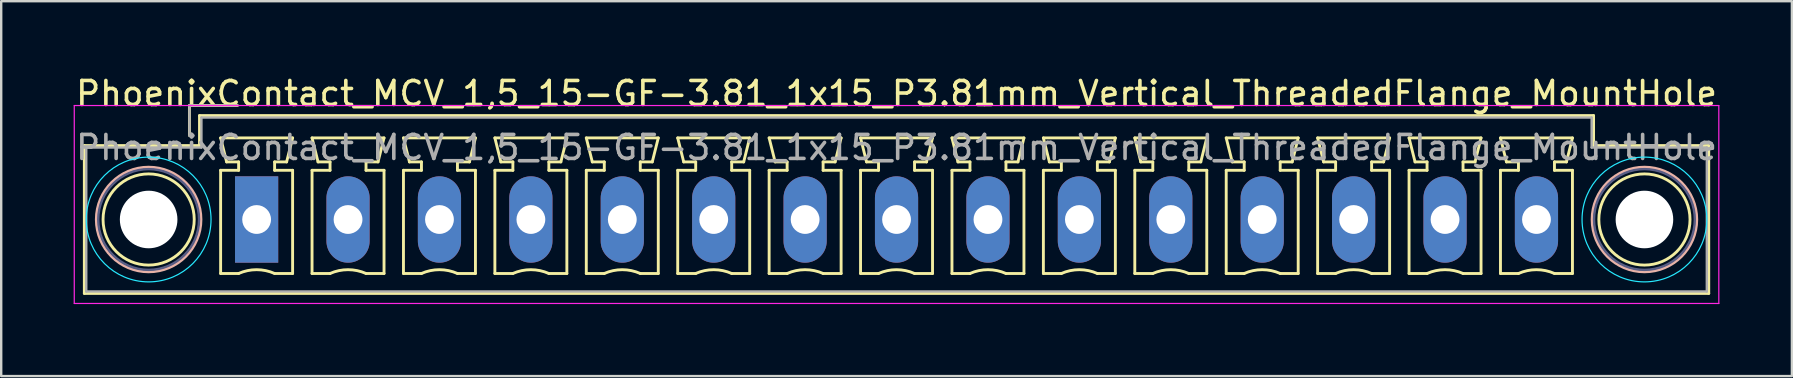
<source format=kicad_pcb>
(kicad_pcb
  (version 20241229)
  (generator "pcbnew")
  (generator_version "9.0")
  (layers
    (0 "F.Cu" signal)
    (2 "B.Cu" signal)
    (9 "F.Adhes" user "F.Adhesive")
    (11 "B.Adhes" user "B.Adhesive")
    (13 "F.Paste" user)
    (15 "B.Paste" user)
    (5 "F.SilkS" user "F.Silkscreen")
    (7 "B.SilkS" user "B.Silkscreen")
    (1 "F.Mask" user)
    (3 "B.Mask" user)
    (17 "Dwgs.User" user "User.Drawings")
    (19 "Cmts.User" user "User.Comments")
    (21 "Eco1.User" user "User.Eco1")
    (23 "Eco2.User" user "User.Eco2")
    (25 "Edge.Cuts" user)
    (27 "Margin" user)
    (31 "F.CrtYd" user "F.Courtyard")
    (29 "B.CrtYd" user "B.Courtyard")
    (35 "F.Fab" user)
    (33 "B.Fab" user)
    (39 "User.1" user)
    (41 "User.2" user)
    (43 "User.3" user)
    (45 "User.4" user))
  (footprint "PhoenixContact_MCV_1,5_15-GF-3.81_1x15_P3.81mm_Vertical_ThreadedFlange_MountHole"
    (layer "F.Cu")
    (at 7.645 6.098)
    (property "Reference" "PhoenixContact_MCV_1,5_15-GF-3.81_1x15_P3.81mm_Vertical_ThreadedFlange_MountHole" (at 26.67 -5.25 0) (layer "F.SilkS") (effects (font (size 1 1) (thickness 0.15))))
    (attr through_hole)
    (fp_line (start -7.18 -3.08) (end -7.18 3.08) (stroke (width 0.12) (type solid)) (layer "F.SilkS"))
    (fp_line (start -7.18 3.08) (end 60.52 3.08) (stroke (width 0.12) (type solid)) (layer "F.SilkS"))
    (fp_line (start -2.8 -4.75) (end -0.8 -4.75) (stroke (width 0.12) (type solid)) (layer "F.SilkS"))
    (fp_line (start -2.8 -3.5) (end -2.8 -4.75) (stroke (width 0.12) (type solid)) (layer "F.SilkS"))
    (fp_line (start -2.38 -4.33) (end -2.38 -3.08) (stroke (width 0.12) (type solid)) (layer "F.SilkS"))
    (fp_line (start -2.38 -3.08) (end -7.18 -3.08) (stroke (width 0.12) (type solid)) (layer "F.SilkS"))
    (fp_line (start -1.5 -3.4) (end 1.5 -3.4) (stroke (width 0.12) (type solid)) (layer "F.SilkS"))
    (fp_line (start -1.5 -2.05) (end -0.75 -2.05) (stroke (width 0.12) (type solid)) (layer "F.SilkS"))
    (fp_line (start -1.5 2.25) (end -1.5 -2.05) (stroke (width 0.12) (type solid)) (layer "F.SilkS"))
    (fp_line (start -1.25 -2.4) (end -1.5 -3.4) (stroke (width 0.12) (type solid)) (layer "F.SilkS"))
    (fp_line (start -0.75 -2.4) (end -1.25 -2.4) (stroke (width 0.12) (type solid)) (layer "F.SilkS"))
    (fp_line (start -0.75 -2.05) (end -0.75 -2.4) (stroke (width 0.12) (type solid)) (layer "F.SilkS"))
    (fp_line (start -0.75 2.25) (end -1.5 2.25) (stroke (width 0.12) (type solid)) (layer "F.SilkS"))
    (fp_line (start 0.75 -2.4) (end 0.75 -2.05) (stroke (width 0.12) (type solid)) (layer "F.SilkS"))
    (fp_line (start 0.75 -2.05) (end 1.5 -2.05) (stroke (width 0.12) (type solid)) (layer "F.SilkS"))
    (fp_line (start 1.25 -2.4) (end 0.75 -2.4) (stroke (width 0.12) (type solid)) (layer "F.SilkS"))
    (fp_line (start 1.5 -3.4) (end 1.25 -2.4) (stroke (width 0.12) (type solid)) (layer "F.SilkS"))
    (fp_line (start 1.5 -2.05) (end 1.5 2.25) (stroke (width 0.12) (type solid)) (layer "F.SilkS"))
    (fp_line (start 1.5 2.25) (end 0.75 2.25) (stroke (width 0.12) (type solid)) (layer "F.SilkS"))
    (fp_line (start 2.31 -3.4) (end 5.31 -3.4) (stroke (width 0.12) (type solid)) (layer "F.SilkS"))
    (fp_line (start 2.31 -2.05) (end 3.06 -2.05) (stroke (width 0.12) (type solid)) (layer "F.SilkS"))
    (fp_line (start 2.31 2.25) (end 2.31 -2.05) (stroke (width 0.12) (type solid)) (layer "F.SilkS"))
    (fp_line (start 2.56 -2.4) (end 2.31 -3.4) (stroke (width 0.12) (type solid)) (layer "F.SilkS"))
    (fp_line (start 3.06 -2.4) (end 2.56 -2.4) (stroke (width 0.12) (type solid)) (layer "F.SilkS"))
    (fp_line (start 3.06 -2.05) (end 3.06 -2.4) (stroke (width 0.12) (type solid)) (layer "F.SilkS"))
    (fp_line (start 3.06 2.25) (end 2.31 2.25) (stroke (width 0.12) (type solid)) (layer "F.SilkS"))
    (fp_line (start 4.56 -2.4) (end 4.56 -2.05) (stroke (width 0.12) (type solid)) (layer "F.SilkS"))
    (fp_line (start 4.56 -2.05) (end 5.31 -2.05) (stroke (width 0.12) (type solid)) (layer "F.SilkS"))
    (fp_line (start 5.06 -2.4) (end 4.56 -2.4) (stroke (width 0.12) (type solid)) (layer "F.SilkS"))
    (fp_line (start 5.31 -3.4) (end 5.06 -2.4) (stroke (width 0.12) (type solid)) (layer "F.SilkS"))
    (fp_line (start 5.31 -2.05) (end 5.31 2.25) (stroke (width 0.12) (type solid)) (layer "F.SilkS"))
    (fp_line (start 5.31 2.25) (end 4.56 2.25) (stroke (width 0.12) (type solid)) (layer "F.SilkS"))
    (fp_line (start 6.12 -3.4) (end 9.12 -3.4) (stroke (width 0.12) (type solid)) (layer "F.SilkS"))
    (fp_line (start 6.12 -2.05) (end 6.87 -2.05) (stroke (width 0.12) (type solid)) (layer "F.SilkS"))
    (fp_line (start 6.12 2.25) (end 6.12 -2.05) (stroke (width 0.12) (type solid)) (layer "F.SilkS"))
    (fp_line (start 6.37 -2.4) (end 6.12 -3.4) (stroke (width 0.12) (type solid)) (layer "F.SilkS"))
    (fp_line (start 6.87 -2.4) (end 6.37 -2.4) (stroke (width 0.12) (type solid)) (layer "F.SilkS"))
    (fp_line (start 6.87 -2.05) (end 6.87 -2.4) (stroke (width 0.12) (type solid)) (layer "F.SilkS"))
    (fp_line (start 6.87 2.25) (end 6.12 2.25) (stroke (width 0.12) (type solid)) (layer "F.SilkS"))
    (fp_line (start 8.37 -2.4) (end 8.37 -2.05) (stroke (width 0.12) (type solid)) (layer "F.SilkS"))
    (fp_line (start 8.37 -2.05) (end 9.12 -2.05) (stroke (width 0.12) (type solid)) (layer "F.SilkS"))
    (fp_line (start 8.87 -2.4) (end 8.37 -2.4) (stroke (width 0.12) (type solid)) (layer "F.SilkS"))
    (fp_line (start 9.12 -3.4) (end 8.87 -2.4) (stroke (width 0.12) (type solid)) (layer "F.SilkS"))
    (fp_line (start 9.12 -2.05) (end 9.12 2.25) (stroke (width 0.12) (type solid)) (layer "F.SilkS"))
    (fp_line (start 9.12 2.25) (end 8.37 2.25) (stroke (width 0.12) (type solid)) (layer "F.SilkS"))
    (fp_line (start 9.93 -3.4) (end 12.93 -3.4) (stroke (width 0.12) (type solid)) (layer "F.SilkS"))
    (fp_line (start 9.93 -2.05) (end 10.68 -2.05) (stroke (width 0.12) (type solid)) (layer "F.SilkS"))
    (fp_line (start 9.93 2.25) (end 9.93 -2.05) (stroke (width 0.12) (type solid)) (layer "F.SilkS"))
    (fp_line (start 10.18 -2.4) (end 9.93 -3.4) (stroke (width 0.12) (type solid)) (layer "F.SilkS"))
    (fp_line (start 10.68 -2.4) (end 10.18 -2.4) (stroke (width 0.12) (type solid)) (layer "F.SilkS"))
    (fp_line (start 10.68 -2.05) (end 10.68 -2.4) (stroke (width 0.12) (type solid)) (layer "F.SilkS"))
    (fp_line (start 10.68 2.25) (end 9.93 2.25) (stroke (width 0.12) (type solid)) (layer "F.SilkS"))
    (fp_line (start 12.18 -2.4) (end 12.18 -2.05) (stroke (width 0.12) (type solid)) (layer "F.SilkS"))
    (fp_line (start 12.18 -2.05) (end 12.93 -2.05) (stroke (width 0.12) (type solid)) (layer "F.SilkS"))
    (fp_line (start 12.68 -2.4) (end 12.18 -2.4) (stroke (width 0.12) (type solid)) (layer "F.SilkS"))
    (fp_line (start 12.93 -3.4) (end 12.68 -2.4) (stroke (width 0.12) (type solid)) (layer "F.SilkS"))
    (fp_line (start 12.93 -2.05) (end 12.93 2.25) (stroke (width 0.12) (type solid)) (layer "F.SilkS"))
    (fp_line (start 12.93 2.25) (end 12.18 2.25) (stroke (width 0.12) (type solid)) (layer "F.SilkS"))
    (fp_line (start 13.74 -3.4) (end 16.74 -3.4) (stroke (width 0.12) (type solid)) (layer "F.SilkS"))
    (fp_line (start 13.74 -2.05) (end 14.49 -2.05) (stroke (width 0.12) (type solid)) (layer "F.SilkS"))
    (fp_line (start 13.74 2.25) (end 13.74 -2.05) (stroke (width 0.12) (type solid)) (layer "F.SilkS"))
    (fp_line (start 13.99 -2.4) (end 13.74 -3.4) (stroke (width 0.12) (type solid)) (layer "F.SilkS"))
    (fp_line (start 14.49 -2.4) (end 13.99 -2.4) (stroke (width 0.12) (type solid)) (layer "F.SilkS"))
    (fp_line (start 14.49 -2.05) (end 14.49 -2.4) (stroke (width 0.12) (type solid)) (layer "F.SilkS"))
    (fp_line (start 14.49 2.25) (end 13.74 2.25) (stroke (width 0.12) (type solid)) (layer "F.SilkS"))
    (fp_line (start 15.99 -2.4) (end 15.99 -2.05) (stroke (width 0.12) (type solid)) (layer "F.SilkS"))
    (fp_line (start 15.99 -2.05) (end 16.74 -2.05) (stroke (width 0.12) (type solid)) (layer "F.SilkS"))
    (fp_line (start 16.49 -2.4) (end 15.99 -2.4) (stroke (width 0.12) (type solid)) (layer "F.SilkS"))
    (fp_line (start 16.74 -3.4) (end 16.49 -2.4) (stroke (width 0.12) (type solid)) (layer "F.SilkS"))
    (fp_line (start 16.74 -2.05) (end 16.74 2.25) (stroke (width 0.12) (type solid)) (layer "F.SilkS"))
    (fp_line (start 16.74 2.25) (end 15.99 2.25) (stroke (width 0.12) (type solid)) (layer "F.SilkS"))
    (fp_line (start 17.55 -3.4) (end 20.55 -3.4) (stroke (width 0.12) (type solid)) (layer "F.SilkS"))
    (fp_line (start 17.55 -2.05) (end 18.3 -2.05) (stroke (width 0.12) (type solid)) (layer "F.SilkS"))
    (fp_line (start 17.55 2.25) (end 17.55 -2.05) (stroke (width 0.12) (type solid)) (layer "F.SilkS"))
    (fp_line (start 17.8 -2.4) (end 17.55 -3.4) (stroke (width 0.12) (type solid)) (layer "F.SilkS"))
    (fp_line (start 18.3 -2.4) (end 17.8 -2.4) (stroke (width 0.12) (type solid)) (layer "F.SilkS"))
    (fp_line (start 18.3 -2.05) (end 18.3 -2.4) (stroke (width 0.12) (type solid)) (layer "F.SilkS"))
    (fp_line (start 18.3 2.25) (end 17.55 2.25) (stroke (width 0.12) (type solid)) (layer "F.SilkS"))
    (fp_line (start 19.8 -2.4) (end 19.8 -2.05) (stroke (width 0.12) (type solid)) (layer "F.SilkS"))
    (fp_line (start 19.8 -2.05) (end 20.55 -2.05) (stroke (width 0.12) (type solid)) (layer "F.SilkS"))
    (fp_line (start 20.3 -2.4) (end 19.8 -2.4) (stroke (width 0.12) (type solid)) (layer "F.SilkS"))
    (fp_line (start 20.55 -3.4) (end 20.3 -2.4) (stroke (width 0.12) (type solid)) (layer "F.SilkS"))
    (fp_line (start 20.55 -2.05) (end 20.55 2.25) (stroke (width 0.12) (type solid)) (layer "F.SilkS"))
    (fp_line (start 20.55 2.25) (end 19.8 2.25) (stroke (width 0.12) (type solid)) (layer "F.SilkS"))
    (fp_line (start 21.36 -3.4) (end 24.36 -3.4) (stroke (width 0.12) (type solid)) (layer "F.SilkS"))
    (fp_line (start 21.36 -2.05) (end 22.11 -2.05) (stroke (width 0.12) (type solid)) (layer "F.SilkS"))
    (fp_line (start 21.36 2.25) (end 21.36 -2.05) (stroke (width 0.12) (type solid)) (layer "F.SilkS"))
    (fp_line (start 21.61 -2.4) (end 21.36 -3.4) (stroke (width 0.12) (type solid)) (layer "F.SilkS"))
    (fp_line (start 22.11 -2.4) (end 21.61 -2.4) (stroke (width 0.12) (type solid)) (layer "F.SilkS"))
    (fp_line (start 22.11 -2.05) (end 22.11 -2.4) (stroke (width 0.12) (type solid)) (layer "F.SilkS"))
    (fp_line (start 22.11 2.25) (end 21.36 2.25) (stroke (width 0.12) (type solid)) (layer "F.SilkS"))
    (fp_line (start 23.61 -2.4) (end 23.61 -2.05) (stroke (width 0.12) (type solid)) (layer "F.SilkS"))
    (fp_line (start 23.61 -2.05) (end 24.36 -2.05) (stroke (width 0.12) (type solid)) (layer "F.SilkS"))
    (fp_line (start 24.11 -2.4) (end 23.61 -2.4) (stroke (width 0.12) (type solid)) (layer "F.SilkS"))
    (fp_line (start 24.36 -3.4) (end 24.11 -2.4) (stroke (width 0.12) (type solid)) (layer "F.SilkS"))
    (fp_line (start 24.36 -2.05) (end 24.36 2.25) (stroke (width 0.12) (type solid)) (layer "F.SilkS"))
    (fp_line (start 24.36 2.25) (end 23.61 2.25) (stroke (width 0.12) (type solid)) (layer "F.SilkS"))
    (fp_line (start 25.17 -3.4) (end 28.17 -3.4) (stroke (width 0.12) (type solid)) (layer "F.SilkS"))
    (fp_line (start 25.17 -2.05) (end 25.92 -2.05) (stroke (width 0.12) (type solid)) (layer "F.SilkS"))
    (fp_line (start 25.17 2.25) (end 25.17 -2.05) (stroke (width 0.12) (type solid)) (layer "F.SilkS"))
    (fp_line (start 25.42 -2.4) (end 25.17 -3.4) (stroke (width 0.12) (type solid)) (layer "F.SilkS"))
    (fp_line (start 25.92 -2.4) (end 25.42 -2.4) (stroke (width 0.12) (type solid)) (layer "F.SilkS"))
    (fp_line (start 25.92 -2.05) (end 25.92 -2.4) (stroke (width 0.12) (type solid)) (layer "F.SilkS"))
    (fp_line (start 25.92 2.25) (end 25.17 2.25) (stroke (width 0.12) (type solid)) (layer "F.SilkS"))
    (fp_line (start 27.42 -2.4) (end 27.42 -2.05) (stroke (width 0.12) (type solid)) (layer "F.SilkS"))
    (fp_line (start 27.42 -2.05) (end 28.17 -2.05) (stroke (width 0.12) (type solid)) (layer "F.SilkS"))
    (fp_line (start 27.92 -2.4) (end 27.42 -2.4) (stroke (width 0.12) (type solid)) (layer "F.SilkS"))
    (fp_line (start 28.17 -3.4) (end 27.92 -2.4) (stroke (width 0.12) (type solid)) (layer "F.SilkS"))
    (fp_line (start 28.17 -2.05) (end 28.17 2.25) (stroke (width 0.12) (type solid)) (layer "F.SilkS"))
    (fp_line (start 28.17 2.25) (end 27.42 2.25) (stroke (width 0.12) (type solid)) (layer "F.SilkS"))
    (fp_line (start 28.98 -3.4) (end 31.98 -3.4) (stroke (width 0.12) (type solid)) (layer "F.SilkS"))
    (fp_line (start 28.98 -2.05) (end 29.73 -2.05) (stroke (width 0.12) (type solid)) (layer "F.SilkS"))
    (fp_line (start 28.98 2.25) (end 28.98 -2.05) (stroke (width 0.12) (type solid)) (layer "F.SilkS"))
    (fp_line (start 29.23 -2.4) (end 28.98 -3.4) (stroke (width 0.12) (type solid)) (layer "F.SilkS"))
    (fp_line (start 29.73 -2.4) (end 29.23 -2.4) (stroke (width 0.12) (type solid)) (layer "F.SilkS"))
    (fp_line (start 29.73 -2.05) (end 29.73 -2.4) (stroke (width 0.12) (type solid)) (layer "F.SilkS"))
    (fp_line (start 29.73 2.25) (end 28.98 2.25) (stroke (width 0.12) (type solid)) (layer "F.SilkS"))
    (fp_line (start 31.23 -2.4) (end 31.23 -2.05) (stroke (width 0.12) (type solid)) (layer "F.SilkS"))
    (fp_line (start 31.23 -2.05) (end 31.98 -2.05) (stroke (width 0.12) (type solid)) (layer "F.SilkS"))
    (fp_line (start 31.73 -2.4) (end 31.23 -2.4) (stroke (width 0.12) (type solid)) (layer "F.SilkS"))
    (fp_line (start 31.98 -3.4) (end 31.73 -2.4) (stroke (width 0.12) (type solid)) (layer "F.SilkS"))
    (fp_line (start 31.98 -2.05) (end 31.98 2.25) (stroke (width 0.12) (type solid)) (layer "F.SilkS"))
    (fp_line (start 31.98 2.25) (end 31.23 2.25) (stroke (width 0.12) (type solid)) (layer "F.SilkS"))
    (fp_line (start 32.79 -3.4) (end 35.79 -3.4) (stroke (width 0.12) (type solid)) (layer "F.SilkS"))
    (fp_line (start 32.79 -2.05) (end 33.54 -2.05) (stroke (width 0.12) (type solid)) (layer "F.SilkS"))
    (fp_line (start 32.79 2.25) (end 32.79 -2.05) (stroke (width 0.12) (type solid)) (layer "F.SilkS"))
    (fp_line (start 33.04 -2.4) (end 32.79 -3.4) (stroke (width 0.12) (type solid)) (layer "F.SilkS"))
    (fp_line (start 33.54 -2.4) (end 33.04 -2.4) (stroke (width 0.12) (type solid)) (layer "F.SilkS"))
    (fp_line (start 33.54 -2.05) (end 33.54 -2.4) (stroke (width 0.12) (type solid)) (layer "F.SilkS"))
    (fp_line (start 33.54 2.25) (end 32.79 2.25) (stroke (width 0.12) (type solid)) (layer "F.SilkS"))
    (fp_line (start 35.04 -2.4) (end 35.04 -2.05) (stroke (width 0.12) (type solid)) (layer "F.SilkS"))
    (fp_line (start 35.04 -2.05) (end 35.79 -2.05) (stroke (width 0.12) (type solid)) (layer "F.SilkS"))
    (fp_line (start 35.54 -2.4) (end 35.04 -2.4) (stroke (width 0.12) (type solid)) (layer "F.SilkS"))
    (fp_line (start 35.79 -3.4) (end 35.54 -2.4) (stroke (width 0.12) (type solid)) (layer "F.SilkS"))
    (fp_line (start 35.79 -2.05) (end 35.79 2.25) (stroke (width 0.12) (type solid)) (layer "F.SilkS"))
    (fp_line (start 35.79 2.25) (end 35.04 2.25) (stroke (width 0.12) (type solid)) (layer "F.SilkS"))
    (fp_line (start 36.6 -3.4) (end 39.6 -3.4) (stroke (width 0.12) (type solid)) (layer "F.SilkS"))
    (fp_line (start 36.6 -2.05) (end 37.35 -2.05) (stroke (width 0.12) (type solid)) (layer "F.SilkS"))
    (fp_line (start 36.6 2.25) (end 36.6 -2.05) (stroke (width 0.12) (type solid)) (layer "F.SilkS"))
    (fp_line (start 36.85 -2.4) (end 36.6 -3.4) (stroke (width 0.12) (type solid)) (layer "F.SilkS"))
    (fp_line (start 37.35 -2.4) (end 36.85 -2.4) (stroke (width 0.12) (type solid)) (layer "F.SilkS"))
    (fp_line (start 37.35 -2.05) (end 37.35 -2.4) (stroke (width 0.12) (type solid)) (layer "F.SilkS"))
    (fp_line (start 37.35 2.25) (end 36.6 2.25) (stroke (width 0.12) (type solid)) (layer "F.SilkS"))
    (fp_line (start 38.85 -2.4) (end 38.85 -2.05) (stroke (width 0.12) (type solid)) (layer "F.SilkS"))
    (fp_line (start 38.85 -2.05) (end 39.6 -2.05) (stroke (width 0.12) (type solid)) (layer "F.SilkS"))
    (fp_line (start 39.35 -2.4) (end 38.85 -2.4) (stroke (width 0.12) (type solid)) (layer "F.SilkS"))
    (fp_line (start 39.6 -3.4) (end 39.35 -2.4) (stroke (width 0.12) (type solid)) (layer "F.SilkS"))
    (fp_line (start 39.6 -2.05) (end 39.6 2.25) (stroke (width 0.12) (type solid)) (layer "F.SilkS"))
    (fp_line (start 39.6 2.25) (end 38.85 2.25) (stroke (width 0.12) (type solid)) (layer "F.SilkS"))
    (fp_line (start 40.41 -3.4) (end 43.41 -3.4) (stroke (width 0.12) (type solid)) (layer "F.SilkS"))
    (fp_line (start 40.41 -2.05) (end 41.16 -2.05) (stroke (width 0.12) (type solid)) (layer "F.SilkS"))
    (fp_line (start 40.41 2.25) (end 40.41 -2.05) (stroke (width 0.12) (type solid)) (layer "F.SilkS"))
    (fp_line (start 40.66 -2.4) (end 40.41 -3.4) (stroke (width 0.12) (type solid)) (layer "F.SilkS"))
    (fp_line (start 41.16 -2.4) (end 40.66 -2.4) (stroke (width 0.12) (type solid)) (layer "F.SilkS"))
    (fp_line (start 41.16 -2.05) (end 41.16 -2.4) (stroke (width 0.12) (type solid)) (layer "F.SilkS"))
    (fp_line (start 41.16 2.25) (end 40.41 2.25) (stroke (width 0.12) (type solid)) (layer "F.SilkS"))
    (fp_line (start 42.66 -2.4) (end 42.66 -2.05) (stroke (width 0.12) (type solid)) (layer "F.SilkS"))
    (fp_line (start 42.66 -2.05) (end 43.41 -2.05) (stroke (width 0.12) (type solid)) (layer "F.SilkS"))
    (fp_line (start 43.16 -2.4) (end 42.66 -2.4) (stroke (width 0.12) (type solid)) (layer "F.SilkS"))
    (fp_line (start 43.41 -3.4) (end 43.16 -2.4) (stroke (width 0.12) (type solid)) (layer "F.SilkS"))
    (fp_line (start 43.41 -2.05) (end 43.41 2.25) (stroke (width 0.12) (type solid)) (layer "F.SilkS"))
    (fp_line (start 43.41 2.25) (end 42.66 2.25) (stroke (width 0.12) (type solid)) (layer "F.SilkS"))
    (fp_line (start 44.22 -3.4) (end 47.22 -3.4) (stroke (width 0.12) (type solid)) (layer "F.SilkS"))
    (fp_line (start 44.22 -2.05) (end 44.97 -2.05) (stroke (width 0.12) (type solid)) (layer "F.SilkS"))
    (fp_line (start 44.22 2.25) (end 44.22 -2.05) (stroke (width 0.12) (type solid)) (layer "F.SilkS"))
    (fp_line (start 44.47 -2.4) (end 44.22 -3.4) (stroke (width 0.12) (type solid)) (layer "F.SilkS"))
    (fp_line (start 44.97 -2.4) (end 44.47 -2.4) (stroke (width 0.12) (type solid)) (layer "F.SilkS"))
    (fp_line (start 44.97 -2.05) (end 44.97 -2.4) (stroke (width 0.12) (type solid)) (layer "F.SilkS"))
    (fp_line (start 44.97 2.25) (end 44.22 2.25) (stroke (width 0.12) (type solid)) (layer "F.SilkS"))
    (fp_line (start 46.47 -2.4) (end 46.47 -2.05) (stroke (width 0.12) (type solid)) (layer "F.SilkS"))
    (fp_line (start 46.47 -2.05) (end 47.22 -2.05) (stroke (width 0.12) (type solid)) (layer "F.SilkS"))
    (fp_line (start 46.97 -2.4) (end 46.47 -2.4) (stroke (width 0.12) (type solid)) (layer "F.SilkS"))
    (fp_line (start 47.22 -3.4) (end 46.97 -2.4) (stroke (width 0.12) (type solid)) (layer "F.SilkS"))
    (fp_line (start 47.22 -2.05) (end 47.22 2.25) (stroke (width 0.12) (type solid)) (layer "F.SilkS"))
    (fp_line (start 47.22 2.25) (end 46.47 2.25) (stroke (width 0.12) (type solid)) (layer "F.SilkS"))
    (fp_line (start 48.03 -3.4) (end 51.03 -3.4) (stroke (width 0.12) (type solid)) (layer "F.SilkS"))
    (fp_line (start 48.03 -2.05) (end 48.78 -2.05) (stroke (width 0.12) (type solid)) (layer "F.SilkS"))
    (fp_line (start 48.03 2.25) (end 48.03 -2.05) (stroke (width 0.12) (type solid)) (layer "F.SilkS"))
    (fp_line (start 48.28 -2.4) (end 48.03 -3.4) (stroke (width 0.12) (type solid)) (layer "F.SilkS"))
    (fp_line (start 48.78 -2.4) (end 48.28 -2.4) (stroke (width 0.12) (type solid)) (layer "F.SilkS"))
    (fp_line (start 48.78 -2.05) (end 48.78 -2.4) (stroke (width 0.12) (type solid)) (layer "F.SilkS"))
    (fp_line (start 48.78 2.25) (end 48.03 2.25) (stroke (width 0.12) (type solid)) (layer "F.SilkS"))
    (fp_line (start 50.28 -2.4) (end 50.28 -2.05) (stroke (width 0.12) (type solid)) (layer "F.SilkS"))
    (fp_line (start 50.28 -2.05) (end 51.03 -2.05) (stroke (width 0.12) (type solid)) (layer "F.SilkS"))
    (fp_line (start 50.78 -2.4) (end 50.28 -2.4) (stroke (width 0.12) (type solid)) (layer "F.SilkS"))
    (fp_line (start 51.03 -3.4) (end 50.78 -2.4) (stroke (width 0.12) (type solid)) (layer "F.SilkS"))
    (fp_line (start 51.03 -2.05) (end 51.03 2.25) (stroke (width 0.12) (type solid)) (layer "F.SilkS"))
    (fp_line (start 51.03 2.25) (end 50.28 2.25) (stroke (width 0.12) (type solid)) (layer "F.SilkS"))
    (fp_line (start 51.84 -3.4) (end 54.84 -3.4) (stroke (width 0.12) (type solid)) (layer "F.SilkS"))
    (fp_line (start 51.84 -2.05) (end 52.59 -2.05) (stroke (width 0.12) (type solid)) (layer "F.SilkS"))
    (fp_line (start 51.84 2.25) (end 51.84 -2.05) (stroke (width 0.12) (type solid)) (layer "F.SilkS"))
    (fp_line (start 52.09 -2.4) (end 51.84 -3.4) (stroke (width 0.12) (type solid)) (layer "F.SilkS"))
    (fp_line (start 52.59 -2.4) (end 52.09 -2.4) (stroke (width 0.12) (type solid)) (layer "F.SilkS"))
    (fp_line (start 52.59 -2.05) (end 52.59 -2.4) (stroke (width 0.12) (type solid)) (layer "F.SilkS"))
    (fp_line (start 52.59 2.25) (end 51.84 2.25) (stroke (width 0.12) (type solid)) (layer "F.SilkS"))
    (fp_line (start 54.09 -2.4) (end 54.09 -2.05) (stroke (width 0.12) (type solid)) (layer "F.SilkS"))
    (fp_line (start 54.09 -2.05) (end 54.84 -2.05) (stroke (width 0.12) (type solid)) (layer "F.SilkS"))
    (fp_line (start 54.59 -2.4) (end 54.09 -2.4) (stroke (width 0.12) (type solid)) (layer "F.SilkS"))
    (fp_line (start 54.84 -3.4) (end 54.59 -2.4) (stroke (width 0.12) (type solid)) (layer "F.SilkS"))
    (fp_line (start 54.84 -2.05) (end 54.84 2.25) (stroke (width 0.12) (type solid)) (layer "F.SilkS"))
    (fp_line (start 54.84 2.25) (end 54.09 2.25) (stroke (width 0.12) (type solid)) (layer "F.SilkS"))
    (fp_line (start 55.72 -4.33) (end -2.38 -4.33) (stroke (width 0.12) (type solid)) (layer "F.SilkS"))
    (fp_line (start 55.72 -3.08) (end 55.72 -4.33) (stroke (width 0.12) (type solid)) (layer "F.SilkS"))
    (fp_line (start 60.52 -3.08) (end 55.72 -3.08) (stroke (width 0.12) (type solid)) (layer "F.SilkS"))
    (fp_line (start 60.52 3.08) (end 60.52 -3.08) (stroke (width 0.12) (type solid)) (layer "F.SilkS"))
    (fp_arc (start -0.75 2.25) (mid -0.000193 2.09191) (end 0.749647 2.249844) (stroke (width 0.12) (type solid)) (layer "F.SilkS"))
    (fp_arc (start 3.06 2.25) (mid 3.809807 2.09191) (end 4.559647 2.249844) (stroke (width 0.12) (type solid)) (layer "F.SilkS"))
    (fp_arc (start 6.87 2.25) (mid 7.619807 2.09191) (end 8.369647 2.249844) (stroke (width 0.12) (type solid)) (layer "F.SilkS"))
    (fp_arc (start 10.68 2.25) (mid 11.429807 2.09191) (end 12.179647 2.249844) (stroke (width 0.12) (type solid)) (layer "F.SilkS"))
    (fp_arc (start 14.49 2.25) (mid 15.239807 2.09191) (end 15.989647 2.249844) (stroke (width 0.12) (type solid)) (layer "F.SilkS"))
    (fp_arc (start 18.3 2.25) (mid 19.049807 2.09191) (end 19.799647 2.249844) (stroke (width 0.12) (type solid)) (layer "F.SilkS"))
    (fp_arc (start 22.11 2.25) (mid 22.859807 2.09191) (end 23.609647 2.249844) (stroke (width 0.12) (type solid)) (layer "F.SilkS"))
    (fp_arc (start 25.92 2.25) (mid 26.669807 2.09191) (end 27.419647 2.249844) (stroke (width 0.12) (type solid)) (layer "F.SilkS"))
    (fp_arc (start 29.73 2.25) (mid 30.479807 2.09191) (end 31.229647 2.249844) (stroke (width 0.12) (type solid)) (layer "F.SilkS"))
    (fp_arc (start 33.54 2.25) (mid 34.289807 2.09191) (end 35.039647 2.249844) (stroke (width 0.12) (type solid)) (layer "F.SilkS"))
    (fp_arc (start 37.35 2.25) (mid 38.099807 2.09191) (end 38.849647 2.249844) (stroke (width 0.12) (type solid)) (layer "F.SilkS"))
    (fp_arc (start 41.16 2.25) (mid 41.909807 2.09191) (end 42.659647 2.249844) (stroke (width 0.12) (type solid)) (layer "F.SilkS"))
    (fp_arc (start 44.97 2.25) (mid 45.719807 2.09191) (end 46.469647 2.249844) (stroke (width 0.12) (type solid)) (layer "F.SilkS"))
    (fp_arc (start 48.78 2.25) (mid 49.529807 2.09191) (end 50.279647 2.249844) (stroke (width 0.12) (type solid)) (layer "F.SilkS"))
    (fp_arc (start 52.59 2.25) (mid 53.339807 2.09191) (end 54.089647 2.249844) (stroke (width 0.12) (type solid)) (layer "F.SilkS"))
    (fp_circle (center -4.5 0) (end -2.6 0) (stroke (width 0.12) (type solid)) (fill no) (layer "F.SilkS"))
    (fp_circle (center 57.84 0) (end 59.74 0) (stroke (width 0.12) (type solid)) (fill no) (layer "F.SilkS"))
    (fp_circle (center -4.5 0) (end -2.32 0) (stroke (width 0.12) (type solid)) (fill no) (layer "B.SilkS"))
    (fp_circle (center 57.84 0) (end 60.02 0) (stroke (width 0.12) (type solid)) (fill no) (layer "B.SilkS"))
    (fp_circle (center -4.5 0) (end -1.9 0) (stroke (width 0.05) (type solid)) (fill no) (layer "B.CrtYd"))
    (fp_circle (center 57.84 0) (end 60.44 0) (stroke (width 0.05) (type solid)) (fill no) (layer "B.CrtYd"))
    (fp_line (start -7.6 -4.75) (end -7.6 3.5) (stroke (width 0.05) (type solid)) (layer "F.CrtYd"))
    (fp_line (start -7.6 3.5) (end 60.94 3.5) (stroke (width 0.05) (type solid)) (layer "F.CrtYd"))
    (fp_line (start 60.94 -4.75) (end -7.6 -4.75) (stroke (width 0.05) (type solid)) (layer "F.CrtYd"))
    (fp_line (start 60.94 3.5) (end 60.94 -4.75) (stroke (width 0.05) (type solid)) (layer "F.CrtYd"))
    (fp_circle (center -4.5 0) (end -2.4 0) (stroke (width 0.1) (type solid)) (fill no) (layer "B.Fab"))
    (fp_circle (center 57.84 0) (end 59.94 0) (stroke (width 0.1) (type solid)) (fill no) (layer "B.Fab"))
    (fp_line (start -7.1 -3) (end -7.1 3) (stroke (width 0.1) (type solid)) (layer "F.Fab"))
    (fp_line (start -7.1 3) (end 60.44 3) (stroke (width 0.1) (type solid)) (layer "F.Fab"))
    (fp_line (start -2.8 -4.75) (end -0.8 -4.75) (stroke (width 0.1) (type solid)) (layer "F.Fab"))
    (fp_line (start -2.8 -3.5) (end -2.8 -4.75) (stroke (width 0.1) (type solid)) (layer "F.Fab"))
    (fp_line (start -2.3 -4.25) (end -2.3 -3) (stroke (width 0.1) (type solid)) (layer "F.Fab"))
    (fp_line (start -2.3 -3) (end -7.1 -3) (stroke (width 0.1) (type solid)) (layer "F.Fab"))
    (fp_line (start 55.64 -4.25) (end -2.3 -4.25) (stroke (width 0.1) (type solid)) (layer "F.Fab"))
    (fp_line (start 55.64 -3) (end 55.64 -4.25) (stroke (width 0.1) (type solid)) (layer "F.Fab"))
    (fp_line (start 60.44 -3) (end 55.64 -3) (stroke (width 0.1) (type solid)) (layer "F.Fab"))
    (fp_line (start 60.44 3) (end 60.44 -3) (stroke (width 0.1) (type solid)) (layer "F.Fab"))
    (fp_text user "${REFERENCE}" (at 26.67 -3 0) (layer "F.Fab") (effects (font (size 1 1) (thickness 0.15))))
    (pad "" np_thru_hole circle (at -4.5 0) (size 2.4 2.4) (drill 2.4) (layers "*.Cu" "*.Mask"))
    (pad "" np_thru_hole circle (at 57.84 0) (size 2.4 2.4) (drill 2.4) (layers "*.Cu" "*.Mask"))
    (pad "1" thru_hole rect (at 0 0) (size 1.8 3.6) (drill 1.2) (layers "*.Cu" "*.Mask"))
    (pad "2" thru_hole oval (at 3.81 0) (size 1.8 3.6) (drill 1.2) (layers "*.Cu" "*.Mask"))
    (pad "3" thru_hole oval (at 7.62 0) (size 1.8 3.6) (drill 1.2) (layers "*.Cu" "*.Mask"))
    (pad "4" thru_hole oval (at 11.43 0) (size 1.8 3.6) (drill 1.2) (layers "*.Cu" "*.Mask"))
    (pad "5" thru_hole oval (at 15.24 0) (size 1.8 3.6) (drill 1.2) (layers "*.Cu" "*.Mask"))
    (pad "6" thru_hole oval (at 19.05 0) (size 1.8 3.6) (drill 1.2) (layers "*.Cu" "*.Mask"))
    (pad "7" thru_hole oval (at 22.86 0) (size 1.8 3.6) (drill 1.2) (layers "*.Cu" "*.Mask"))
    (pad "8" thru_hole oval (at 26.67 0) (size 1.8 3.6) (drill 1.2) (layers "*.Cu" "*.Mask"))
    (pad "9" thru_hole oval (at 30.48 0) (size 1.8 3.6) (drill 1.2) (layers "*.Cu" "*.Mask"))
    (pad "10" thru_hole oval (at 34.29 0) (size 1.8 3.6) (drill 1.2) (layers "*.Cu" "*.Mask"))
    (pad "11" thru_hole oval (at 38.1 0) (size 1.8 3.6) (drill 1.2) (layers "*.Cu" "*.Mask"))
    (pad "12" thru_hole oval (at 41.91 0) (size 1.8 3.6) (drill 1.2) (layers "*.Cu" "*.Mask"))
    (pad "13" thru_hole oval (at 45.72 0) (size 1.8 3.6) (drill 1.2) (layers "*.Cu" "*.Mask"))
    (pad "14" thru_hole oval (at 49.53 0) (size 1.8 3.6) (drill 1.2) (layers "*.Cu" "*.Mask"))
    (pad "15" thru_hole oval (at 53.34 0) (size 1.8 3.6) (drill 1.2) (layers "*.Cu" "*.Mask")))
  (gr_rect
    (start -3 -3)
    (end 71.631 12.623)
    (stroke (width 0.1) (type default))
    (fill no)
    (layer "Edge.Cuts")))
</source>
